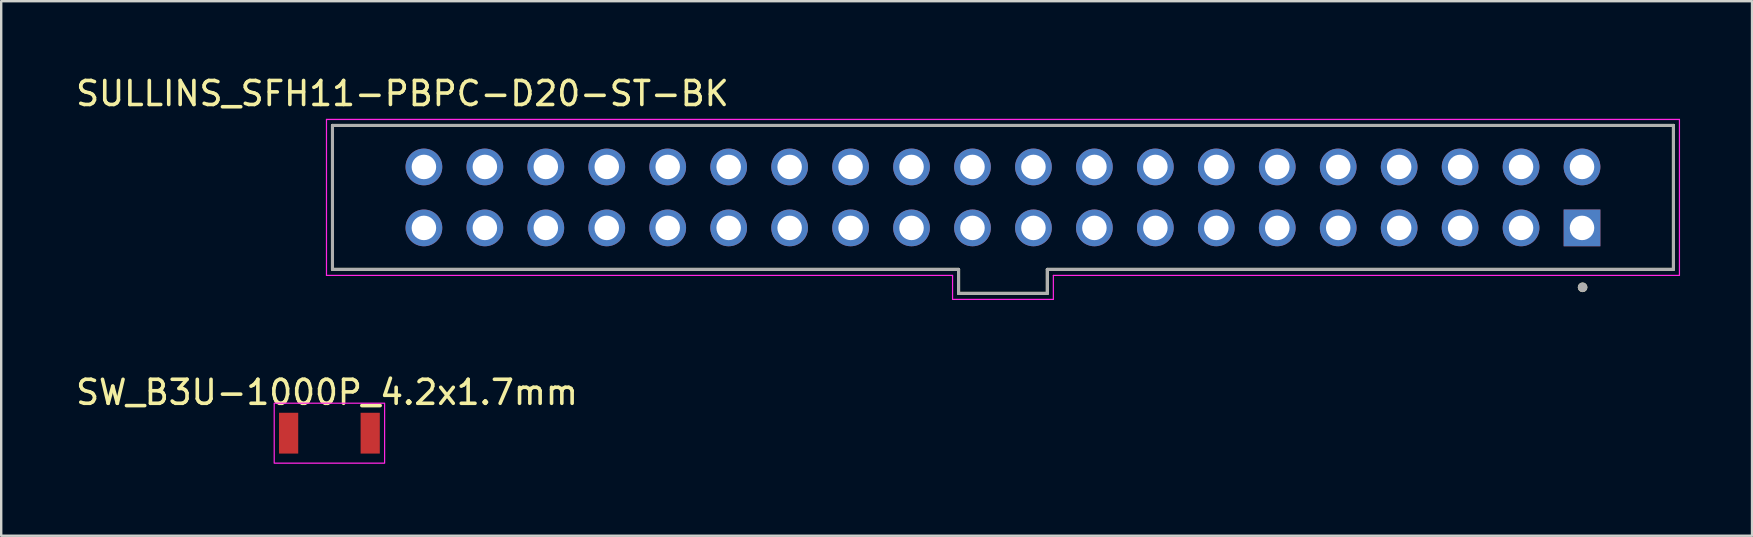
<source format=kicad_pcb>
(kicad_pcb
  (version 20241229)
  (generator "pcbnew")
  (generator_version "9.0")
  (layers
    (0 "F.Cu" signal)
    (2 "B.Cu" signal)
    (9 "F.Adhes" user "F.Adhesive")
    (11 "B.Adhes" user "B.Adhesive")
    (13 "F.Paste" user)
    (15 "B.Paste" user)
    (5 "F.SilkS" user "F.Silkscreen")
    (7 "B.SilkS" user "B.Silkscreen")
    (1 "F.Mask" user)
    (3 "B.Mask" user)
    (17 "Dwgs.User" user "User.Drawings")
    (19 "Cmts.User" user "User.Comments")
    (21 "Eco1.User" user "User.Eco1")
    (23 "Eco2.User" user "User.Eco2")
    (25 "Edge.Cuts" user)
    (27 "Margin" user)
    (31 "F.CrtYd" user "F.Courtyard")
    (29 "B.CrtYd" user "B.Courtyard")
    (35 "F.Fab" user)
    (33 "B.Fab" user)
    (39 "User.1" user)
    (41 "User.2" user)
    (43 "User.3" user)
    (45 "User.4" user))
  (footprint "SW_B3U-1000P_4.2x1.7mm"
    (layer "F.Cu")
    (at 8.977 15.001)
    (property "Reference" "SW_B3U-1000P_4.2x1.7mm" (at 1.6 -1.7 0) (layer "F.SilkS") (effects (font (size 1 1) (thickness 0.15))))
    (attr through_hole)
    (fp_rect (start -0.6 -1.25) (end 4 1.25) (stroke (width 0.05) (type default)) (fill no) (layer "F.CrtYd"))
    (pad "1" smd rect (at 0 0) (size 0.8 1.7) (layers "F.Cu" "F.Mask" "F.Paste"))
    (pad "2" smd rect (at 3.4 0) (size 0.8 1.7) (layers "F.Cu" "F.Mask" "F.Paste")))
  (footprint "SULLINS_SFH11-PBPC-D20-ST-BK"
    (layer "F.Cu")
    (at 38.745 5.177)
    (property "Reference" "SULLINS_SFH11-PBPC-D20-ST-BK" (at -25.025 -4.329 0) (layer "F.SilkS") (effects (font (size 1 1) (thickness 0.15))))
    (attr through_hole)
    (fp_line (start -27.94 -3) (end -27.94 3) (stroke (width 0.127) (type solid)) (layer "F.SilkS"))
    (fp_line (start -27.94 3) (end -1.85 3) (stroke (width 0.127) (type solid)) (layer "F.SilkS"))
    (fp_line (start -1.85 3) (end -1.85 4) (stroke (width 0.127) (type solid)) (layer "F.SilkS"))
    (fp_line (start -1.85 4) (end 1.85 4) (stroke (width 0.127) (type solid)) (layer "F.SilkS"))
    (fp_line (start 1.85 3) (end 27.94 3) (stroke (width 0.127) (type solid)) (layer "F.SilkS"))
    (fp_line (start 1.85 4) (end 1.85 3) (stroke (width 0.127) (type solid)) (layer "F.SilkS"))
    (fp_line (start 27.94 -3) (end -27.94 -3) (stroke (width 0.127) (type solid)) (layer "F.SilkS"))
    (fp_line (start 27.94 3) (end 27.94 -3) (stroke (width 0.127) (type solid)) (layer "F.SilkS"))
    (fp_circle (center 24.154 3.746) (end 24.254 3.746) (stroke (width 0.2) (type solid)) (fill no) (layer "F.SilkS"))
    (fp_line (start -28.19 -3.25) (end -28.19 3.25) (stroke (width 0.05) (type solid)) (layer "F.CrtYd"))
    (fp_line (start -28.19 3.25) (end -2.1 3.25) (stroke (width 0.05) (type solid)) (layer "F.CrtYd"))
    (fp_line (start -2.1 3.25) (end -2.1 4.25) (stroke (width 0.05) (type solid)) (layer "F.CrtYd"))
    (fp_line (start -2.1 4.25) (end 2.1 4.25) (stroke (width 0.05) (type solid)) (layer "F.CrtYd"))
    (fp_line (start 2.1 3.25) (end 28.19 3.25) (stroke (width 0.05) (type solid)) (layer "F.CrtYd"))
    (fp_line (start 2.1 4.25) (end 2.1 3.25) (stroke (width 0.05) (type solid)) (layer "F.CrtYd"))
    (fp_line (start 28.19 -3.25) (end -28.19 -3.25) (stroke (width 0.05) (type solid)) (layer "F.CrtYd"))
    (fp_line (start 28.19 3.25) (end 28.19 -3.25) (stroke (width 0.05) (type solid)) (layer "F.CrtYd"))
    (fp_line (start -27.94 -3) (end -27.94 3) (stroke (width 0.127) (type solid)) (layer "F.Fab"))
    (fp_line (start -27.94 3) (end -1.85 3) (stroke (width 0.127) (type solid)) (layer "F.Fab"))
    (fp_line (start -1.85 3) (end -1.85 4) (stroke (width 0.127) (type solid)) (layer "F.Fab"))
    (fp_line (start -1.85 4) (end 1.85 4) (stroke (width 0.127) (type solid)) (layer "F.Fab"))
    (fp_line (start 1.85 3) (end 27.94 3) (stroke (width 0.127) (type solid)) (layer "F.Fab"))
    (fp_line (start 1.85 4) (end 1.85 3) (stroke (width 0.127) (type solid)) (layer "F.Fab"))
    (fp_line (start 27.94 -3) (end -27.94 -3) (stroke (width 0.127) (type solid)) (layer "F.Fab"))
    (fp_line (start 27.94 3) (end 27.94 -3) (stroke (width 0.127) (type solid)) (layer "F.Fab"))
    (fp_circle (center 24.154 3.746) (end 24.254 3.746) (stroke (width 0.2) (type solid)) (fill no) (layer "F.Fab"))
    (pad "01" thru_hole rect (at 24.13 1.27) (size 1.53 1.53) (drill 1.02) (layers "*.Cu" "*.Mask"))
    (pad "02" thru_hole circle (at 24.13 -1.27) (size 1.53 1.53) (drill 1.02) (layers "*.Cu" "*.Mask"))
    (pad "03" thru_hole circle (at 21.59 1.27) (size 1.53 1.53) (drill 1.02) (layers "*.Cu" "*.Mask"))
    (pad "04" thru_hole circle (at 21.59 -1.27) (size 1.53 1.53) (drill 1.02) (layers "*.Cu" "*.Mask"))
    (pad "05" thru_hole circle (at 19.05 1.27) (size 1.53 1.53) (drill 1.02) (layers "*.Cu" "*.Mask"))
    (pad "06" thru_hole circle (at 19.05 -1.27) (size 1.53 1.53) (drill 1.02) (layers "*.Cu" "*.Mask"))
    (pad "07" thru_hole circle (at 16.51 1.27) (size 1.53 1.53) (drill 1.02) (layers "*.Cu" "*.Mask"))
    (pad "08" thru_hole circle (at 16.51 -1.27) (size 1.53 1.53) (drill 1.02) (layers "*.Cu" "*.Mask"))
    (pad "09" thru_hole circle (at 13.97 1.27) (size 1.53 1.53) (drill 1.02) (layers "*.Cu" "*.Mask"))
    (pad "10" thru_hole circle (at 13.97 -1.27) (size 1.53 1.53) (drill 1.02) (layers "*.Cu" "*.Mask"))
    (pad "11" thru_hole circle (at 11.43 1.27) (size 1.53 1.53) (drill 1.02) (layers "*.Cu" "*.Mask"))
    (pad "12" thru_hole circle (at 11.43 -1.27) (size 1.53 1.53) (drill 1.02) (layers "*.Cu" "*.Mask"))
    (pad "13" thru_hole circle (at 8.89 1.27) (size 1.53 1.53) (drill 1.02) (layers "*.Cu" "*.Mask"))
    (pad "14" thru_hole circle (at 8.89 -1.27) (size 1.53 1.53) (drill 1.02) (layers "*.Cu" "*.Mask"))
    (pad "15" thru_hole circle (at 6.35 1.27) (size 1.53 1.53) (drill 1.02) (layers "*.Cu" "*.Mask"))
    (pad "16" thru_hole circle (at 6.35 -1.27) (size 1.53 1.53) (drill 1.02) (layers "*.Cu" "*.Mask"))
    (pad "17" thru_hole circle (at 3.81 1.27) (size 1.53 1.53) (drill 1.02) (layers "*.Cu" "*.Mask"))
    (pad "18" thru_hole circle (at 3.81 -1.27) (size 1.53 1.53) (drill 1.02) (layers "*.Cu" "*.Mask"))
    (pad "19" thru_hole circle (at 1.27 1.27) (size 1.53 1.53) (drill 1.02) (layers "*.Cu" "*.Mask"))
    (pad "20" thru_hole circle (at 1.27 -1.27) (size 1.53 1.53) (drill 1.02) (layers "*.Cu" "*.Mask"))
    (pad "21" thru_hole circle (at -1.27 1.27) (size 1.53 1.53) (drill 1.02) (layers "*.Cu" "*.Mask"))
    (pad "22" thru_hole circle (at -1.27 -1.27) (size 1.53 1.53) (drill 1.02) (layers "*.Cu" "*.Mask"))
    (pad "23" thru_hole circle (at -3.81 1.27) (size 1.53 1.53) (drill 1.02) (layers "*.Cu" "*.Mask"))
    (pad "24" thru_hole circle (at -3.81 -1.27) (size 1.53 1.53) (drill 1.02) (layers "*.Cu" "*.Mask"))
    (pad "25" thru_hole circle (at -6.35 1.27) (size 1.53 1.53) (drill 1.02) (layers "*.Cu" "*.Mask"))
    (pad "26" thru_hole circle (at -6.35 -1.27) (size 1.53 1.53) (drill 1.02) (layers "*.Cu" "*.Mask"))
    (pad "27" thru_hole circle (at -8.89 1.27) (size 1.53 1.53) (drill 1.02) (layers "*.Cu" "*.Mask"))
    (pad "28" thru_hole circle (at -8.89 -1.27) (size 1.53 1.53) (drill 1.02) (layers "*.Cu" "*.Mask"))
    (pad "29" thru_hole circle (at -11.43 1.27) (size 1.53 1.53) (drill 1.02) (layers "*.Cu" "*.Mask"))
    (pad "30" thru_hole circle (at -11.43 -1.27) (size 1.53 1.53) (drill 1.02) (layers "*.Cu" "*.Mask"))
    (pad "31" thru_hole circle (at -13.97 1.27) (size 1.53 1.53) (drill 1.02) (layers "*.Cu" "*.Mask"))
    (pad "32" thru_hole circle (at -13.97 -1.27) (size 1.53 1.53) (drill 1.02) (layers "*.Cu" "*.Mask"))
    (pad "33" thru_hole circle (at -16.51 1.27) (size 1.53 1.53) (drill 1.02) (layers "*.Cu" "*.Mask"))
    (pad "34" thru_hole circle (at -16.51 -1.27) (size 1.53 1.53) (drill 1.02) (layers "*.Cu" "*.Mask"))
    (pad "35" thru_hole circle (at -19.05 1.27) (size 1.53 1.53) (drill 1.02) (layers "*.Cu" "*.Mask"))
    (pad "36" thru_hole circle (at -19.05 -1.27) (size 1.53 1.53) (drill 1.02) (layers "*.Cu" "*.Mask"))
    (pad "37" thru_hole circle (at -21.59 1.27) (size 1.53 1.53) (drill 1.02) (layers "*.Cu" "*.Mask"))
    (pad "38" thru_hole circle (at -21.59 -1.27) (size 1.53 1.53) (drill 1.02) (layers "*.Cu" "*.Mask"))
    (pad "39" thru_hole circle (at -24.13 1.27) (size 1.53 1.53) (drill 1.02) (layers "*.Cu" "*.Mask"))
    (pad "40" thru_hole circle (at -24.13 -1.27) (size 1.53 1.53) (drill 1.02) (layers "*.Cu" "*.Mask")))
  (gr_rect
    (start -3 -3)
    (end 69.96 19.276)
    (stroke (width 0.1) (type default))
    (fill no)
    (layer "Edge.Cuts")))
</source>
